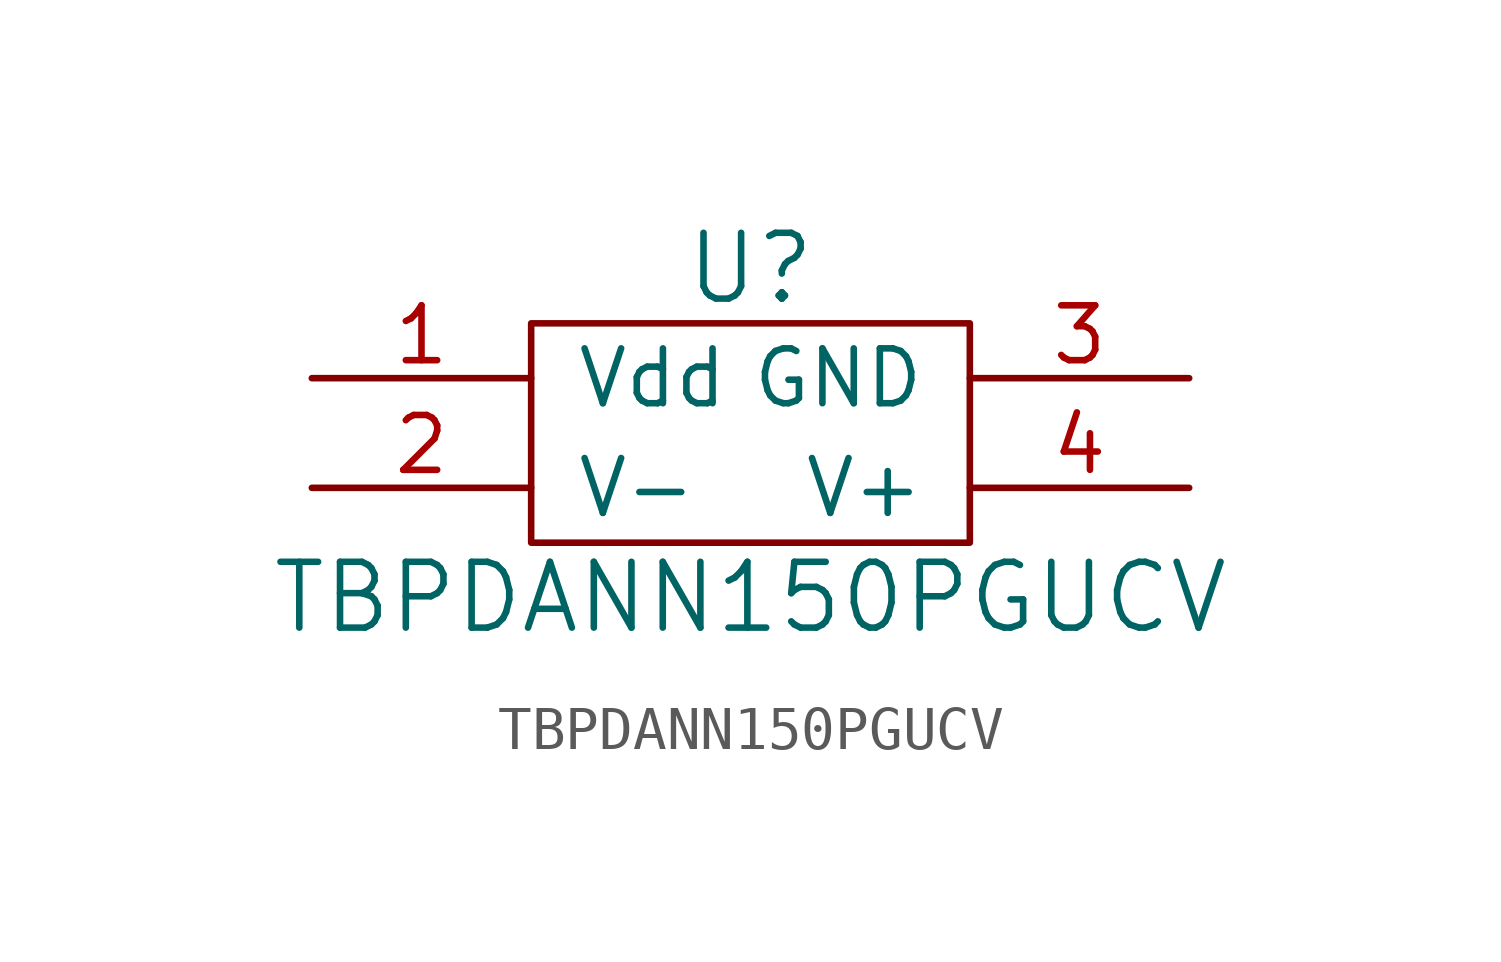
<source format=kicad_sym>
(kicad_symbol_lib
  (version 20211014)
  (generator kicad_symbol_editor)
  (symbol "TBPDANN150PGUCV"
    (pin_names
      (offset 1.016))
    (property "Reference" "U"
      (at 0 3.81 0)
      (effects (font (size 1.524 1.524))))
    (property "Value" "TBPDANN150PGUCV"
      (at 0 -3.81 0)
      (effects (font (size 1.524 1.524))))
    (symbol "TBPDANN150PGUCV_0_1"
      (rectangle (start 5.08 -2.54) (end -5.08 2.54) (stroke (width 0) (type default) (color 0 0 0 0)) (fill (type none))))
    (symbol "TBPDANN150PGUCV_1_1"
      (pin input line (at -10.16 1.27 0) (length 5.08) (name "Vdd" (effects (font (size 1.27 1.27)))) (number "1" (effects (font (size 1.27 1.27)))))
      (pin input line (at -10.16 -1.27 0) (length 5.08) (name "V-" (effects (font (size 1.27 1.27)))) (number "2" (effects (font (size 1.27 1.27)))))
      (pin input line (at 10.16 1.27 180) (length 5.08) (name "GND" (effects (font (size 1.27 1.27)))) (number "3" (effects (font (size 1.27 1.27)))))
      (pin input line (at 10.16 -1.27 180) (length 5.08) (name "V+" (effects (font (size 1.27 1.27)))) (number "4" (effects (font (size 1.27 1.27))))))))
</source>
